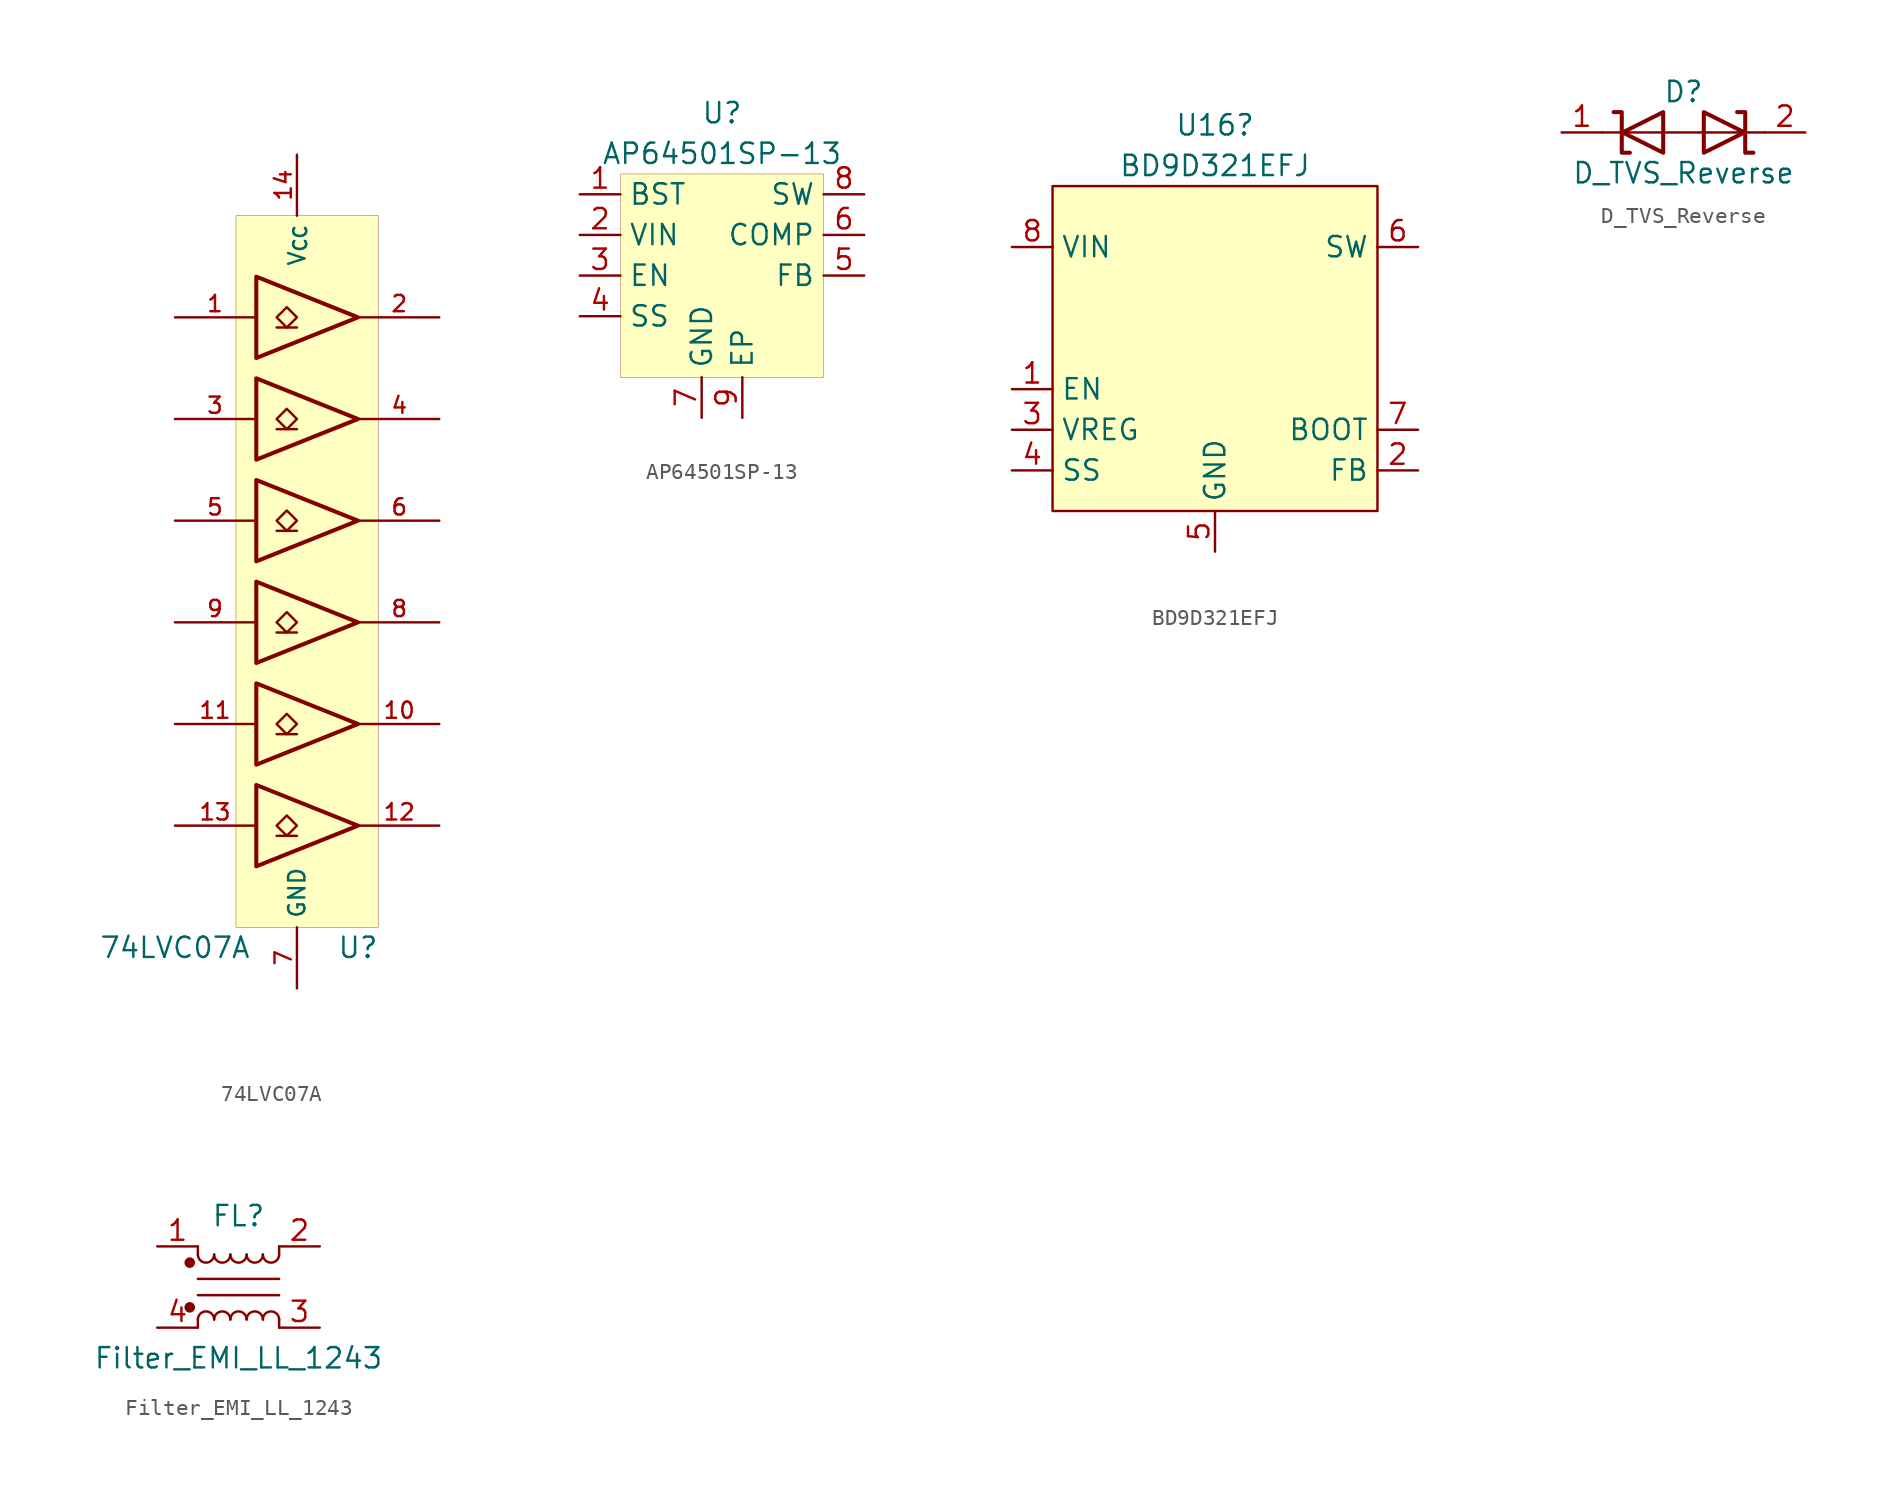
<source format=kicad_sym>
(kicad_symbol_lib
  (version 20231120)
  (generator "kicad_symbol_editor")
  (generator_version "8.0")
  (symbol "74LVC07A"
    (property "Reference" "U"
      (at 3.81 -24.13 0)
      (effects (font (size 1.27 1.27))))
    (property "Value" "74LVC07A"
      (at -7.62 -24.13 0)
      (effects (font (size 1.27 1.27))))
    (symbol "74LVC07A_0_1"
      (rectangle (start -3.81 21.59) (end 5.08 -22.86) (stroke (width 0.001) (type default)) (fill (type background)))
      (polyline (pts (xy -1.27 -17.145) (xy 0 -17.145)) (stroke (width 0) (type default)) (fill (type none)))
      (polyline (pts (xy -1.27 -10.795) (xy 0 -10.795)) (stroke (width 0) (type default)) (fill (type none)))
      (polyline (pts (xy -1.27 -4.445) (xy 0 -4.445)) (stroke (width 0) (type default)) (fill (type none)))
      (polyline (pts (xy -1.27 1.905) (xy 0 1.905)) (stroke (width 0) (type default)) (fill (type none)))
      (polyline (pts (xy -1.27 8.255) (xy 0 8.255)) (stroke (width 0) (type default)) (fill (type none)))
      (polyline (pts (xy -1.27 14.605) (xy 0 14.605)) (stroke (width 0) (type default)) (fill (type none)))
      (polyline (pts (xy -2.54 -13.97) (xy -2.54 -19.05) (xy 3.81 -16.51) (xy -2.54 -13.97)) (stroke (width 0.254) (type default)) (fill (type none)))
      (polyline (pts (xy -2.54 -7.62) (xy -2.54 -12.7) (xy 3.81 -10.16) (xy -2.54 -7.62)) (stroke (width 0.254) (type default)) (fill (type none)))
      (polyline (pts (xy -2.54 -1.27) (xy -2.54 -6.35) (xy 3.81 -3.81) (xy -2.54 -1.27)) (stroke (width 0.254) (type default)) (fill (type none)))
      (polyline (pts (xy -2.54 5.08) (xy -2.54 0) (xy 3.81 2.54) (xy -2.54 5.08)) (stroke (width 0.254) (type default)) (fill (type none)))
      (polyline (pts (xy -2.54 11.43) (xy -2.54 6.35) (xy 3.81 8.89) (xy -2.54 11.43)) (stroke (width 0.254) (type default)) (fill (type none)))
      (polyline (pts (xy -2.54 17.78) (xy -2.54 12.7) (xy 3.81 15.24) (xy -2.54 17.78)) (stroke (width 0.254) (type default)) (fill (type none)))
      (polyline (pts (xy -0.635 -15.875) (xy -1.27 -16.51) (xy -0.635 -17.145) (xy 0 -16.51) (xy -0.635 -15.875)) (stroke (width 0) (type default)) (fill (type none)))
      (polyline (pts (xy -0.635 -9.525) (xy -1.27 -10.16) (xy -0.635 -10.795) (xy 0 -10.16) (xy -0.635 -9.525)) (stroke (width 0) (type default)) (fill (type none)))
      (polyline (pts (xy -0.635 -3.175) (xy -1.27 -3.81) (xy -0.635 -4.445) (xy 0 -3.81) (xy -0.635 -3.175)) (stroke (width 0) (type default)) (fill (type none)))
      (polyline (pts (xy -0.635 3.175) (xy -1.27 2.54) (xy -0.635 1.905) (xy 0 2.54) (xy -0.635 3.175)) (stroke (width 0) (type default)) (fill (type none)))
      (polyline (pts (xy -0.635 9.525) (xy -1.27 8.89) (xy -0.635 8.255) (xy 0 8.89) (xy -0.635 9.525)) (stroke (width 0) (type default)) (fill (type none)))
      (polyline (pts (xy -0.635 15.875) (xy -1.27 15.24) (xy -0.635 14.605) (xy 0 15.24) (xy -0.635 15.875)) (stroke (width 0) (type default)) (fill (type none))))
    (symbol "74LVC07A_1_1"
      (pin input line (at -7.62 15.24 0) (length 5) (name "~" (effects (font (size 1.016 1.016)))) (number "1" (effects (font (size 1.016 1.016)))))
      (pin open_collector line (at 8.89 -10.16 180) (length 5) (name "~" (effects (font (size 1.016 1.016)))) (number "10" (effects (font (size 1.016 1.016)))))
      (pin input line (at -7.62 -10.16 0) (length 5) (name "~" (effects (font (size 1.016 1.016)))) (number "11" (effects (font (size 1.016 1.016)))))
      (pin open_collector line (at 8.89 -16.51 180) (length 5) (name "~" (effects (font (size 1.016 1.016)))) (number "12" (effects (font (size 1.016 1.016)))))
      (pin input line (at -7.62 -16.51 0) (length 5) (name "~" (effects (font (size 1.016 1.016)))) (number "13" (effects (font (size 1.016 1.016)))))
      (pin power_in line (at 0 25.4 270) (length 3.81) (name "V_{CC}" (effects (font (size 1.016 1.016)))) (number "14" (effects (font (size 1.016 1.016)))))
      (pin open_collector line (at 8.89 15.24 180) (length 5) (name "~" (effects (font (size 1.016 1.016)))) (number "2" (effects (font (size 1.016 1.016)))))
      (pin input line (at -7.62 8.89 0) (length 5) (name "~" (effects (font (size 1.016 1.016)))) (number "3" (effects (font (size 1.016 1.016)))))
      (pin open_collector line (at 8.89 8.89 180) (length 5) (name "~" (effects (font (size 1.016 1.016)))) (number "4" (effects (font (size 1.016 1.016)))))
      (pin input line (at -7.62 2.54 0) (length 5) (name "~" (effects (font (size 1.016 1.016)))) (number "5" (effects (font (size 1.016 1.016)))))
      (pin open_collector line (at 8.89 2.54 180) (length 5) (name "~" (effects (font (size 1.016 1.016)))) (number "6" (effects (font (size 1.016 1.016)))))
      (pin power_in line (at 0 -26.67 90) (length 3.81) (name "GND" (effects (font (size 1.016 1.016)))) (number "7" (effects (font (size 1.016 1.016)))))
      (pin open_collector line (at 8.89 -3.81 180) (length 5) (name "~" (effects (font (size 1.016 1.016)))) (number "8" (effects (font (size 1.016 1.016)))))
      (pin input line (at -7.62 -3.81 0) (length 5) (name "~" (effects (font (size 1.016 1.016)))) (number "9" (effects (font (size 1.016 1.016)))))))
  (symbol "AP64501SP-13"
    (property "Reference" "U"
      (at 0 10.16 0)
      (effects (font (size 1.27 1.27))))
    (property "Value" "AP64501SP-13"
      (at 0 7.62 0)
      (effects (font (size 1.27 1.27))))
    (symbol "AP64501SP-13_0_1"
      (rectangle (start -6.35 6.35) (end 6.35 -6.35) (stroke (width 0.001) (type default)) (fill (type background))))
    (symbol "AP64501SP-13_1_1"
      (pin passive line (at -8.89 5.08 0) (length 2.54) (name "BST" (effects (font (size 1.27 1.27)))) (number "1" (effects (font (size 1.27 1.27)))))
      (pin power_in line (at -8.89 2.54 0) (length 2.54) (name "VIN" (effects (font (size 1.27 1.27)))) (number "2" (effects (font (size 1.27 1.27)))))
      (pin input line (at -8.89 0 0) (length 2.54) (name "EN" (effects (font (size 1.27 1.27)))) (number "3" (effects (font (size 1.27 1.27)))))
      (pin input line (at -8.89 -2.54 0) (length 2.54) (name "SS" (effects (font (size 1.27 1.27)))) (number "4" (effects (font (size 1.27 1.27)))))
      (pin input line (at 8.89 0 180) (length 2.54) (name "FB" (effects (font (size 1.27 1.27)))) (number "5" (effects (font (size 1.27 1.27)))))
      (pin input line (at 8.89 2.54 180) (length 2.54) (name "COMP" (effects (font (size 1.27 1.27)))) (number "6" (effects (font (size 1.27 1.27)))))
      (pin input line (at -1.27 -8.89 90) (length 2.54) (name "GND" (effects (font (size 1.27 1.27)))) (number "7" (effects (font (size 1.27 1.27)))))
      (pin input line (at 8.89 5.08 180) (length 2.54) (name "SW" (effects (font (size 1.27 1.27)))) (number "8" (effects (font (size 1.27 1.27)))))
      (pin input line (at 1.27 -8.89 90) (length 2.54) (name "EP" (effects (font (size 1.27 1.27)))) (number "9" (effects (font (size 1.27 1.27)))))))
  (symbol "BD9D321EFJ"
    (property "Reference" "U16"
      (at 0 13.97 0)
      (effects (font (size 1.27 1.27))))
    (property "Value" "BD9D321EFJ"
      (at 0 11.43 0)
      (effects (font (size 1.27 1.27))))
    (symbol "BD9D321EFJ_0_1"
      (rectangle (start -10.16 10.16) (end 10.16 -10.16) (stroke (width 0.152) (type default)) (fill (type background))))
    (symbol "BD9D321EFJ_1_1"
      (pin input line (at -12.7 -2.54 0) (length 2.54) (name "EN" (effects (font (size 1.27 1.27)))) (number "1" (effects (font (size 1.27 1.27)))))
      (pin passive line (at 12.7 -7.62 180) (length 2.54) (name "FB" (effects (font (size 1.27 1.27)))) (number "2" (effects (font (size 1.27 1.27)))))
      (pin power_out line (at -12.7 -5.08 0) (length 2.54) (name "VREG" (effects (font (size 1.27 1.27)))) (number "3" (effects (font (size 1.27 1.27)))))
      (pin input line (at -12.7 -7.62 0) (length 2.54) (name "SS" (effects (font (size 1.27 1.27)))) (number "4" (effects (font (size 1.27 1.27)))))
      (pin power_in line (at 0 -12.7 90) (length 2.54) (name "GND" (effects (font (size 1.27 1.27)))) (number "5" (effects (font (size 1.27 1.27)))))
      (pin power_out line (at 12.7 6.35 180) (length 2.54) (name "SW" (effects (font (size 1.27 1.27)))) (number "6" (effects (font (size 1.27 1.27)))))
      (pin input line (at 12.7 -5.08 180) (length 2.54) (name "BOOT" (effects (font (size 1.27 1.27)))) (number "7" (effects (font (size 1.27 1.27)))))
      (pin power_in line (at -12.7 6.35 0) (length 2.54) (name "VIN" (effects (font (size 1.27 1.27)))) (number "8" (effects (font (size 1.27 1.27)))))
      (pin passive line (at 0 -12.7 90) (length 2.54) hide (name "GND" (effects (font (size 1.27 1.27)))) (number "9" (effects (font (size 1.27 1.27)))))))
  (symbol "D_TVS_Reverse"
    (pin_names
      (offset 1.016) hide)
    (property "Reference" "D"
      (at 0 2.54 0)
      (effects (font (size 1.27 1.27))))
    (property "Value" "D_TVS_Reverse"
      (at 0 -2.54 0)
      (effects (font (size 1.27 1.27))))
    (symbol "D_TVS_Reverse_0_1"
      (polyline (pts (xy 5.08 0) (xy -5.08 0)) (stroke (width 0) (type default)) (fill (type none)))
      (polyline (pts (xy -4.369 1.27) (xy -3.861 1.27) (xy -3.861 -1.27) (xy -3.353 -1.27)) (stroke (width 0.254) (type default)) (fill (type none)))
      (polyline (pts (xy -3.81 0) (xy -1.27 1.27) (xy -1.27 -1.27) (xy -3.81 0)) (stroke (width 0.254) (type default)) (fill (type none)))
      (polyline (pts (xy 3.81 0) (xy 1.27 -1.27) (xy 1.27 1.27) (xy 3.81 0)) (stroke (width 0.254) (type default)) (fill (type none)))
      (polyline (pts (xy 4.369 -1.27) (xy 3.861 -1.27) (xy 3.861 1.27) (xy 3.353 1.27)) (stroke (width 0.254) (type default)) (fill (type none))))
    (symbol "D_TVS_Reverse_1_1"
      (pin passive line (at -7.62 0 0) (length 2.54) (name "A1" (effects (font (size 1.27 1.27)))) (number "1" (effects (font (size 1.27 1.27)))))
      (pin passive line (at 7.62 0 180) (length 2.54) (name "A2" (effects (font (size 1.27 1.27)))) (number "2" (effects (font (size 1.27 1.27)))))))
  (symbol "Filter_EMI_LL_1243"
    (pin_names hide)
    (property "Reference" "FL"
      (at 0 4.445 0)
      (effects (font (size 1.27 1.27))))
    (property "Value" "Filter_EMI_LL_1243"
      (at 0 -4.445 0)
      (effects (font (size 1.27 1.27))))
    (symbol "Filter_EMI_LL_1243_0_1"
      (circle (center -3.048 -1.27) (radius 0.254) (stroke (width 0) (type default)) (fill (type outline)))
      (circle (center -3.048 1.524) (radius 0.254) (stroke (width 0) (type default)) (fill (type outline)))
      (arc (start -2.54 2.032) (mid -2.032 1.5262) (end -1.524 2.032) (stroke (width 0) (type default)) (fill (type none)))
      (arc (start -1.524 -2.032) (mid -2.032 -1.5262) (end -2.54 -2.032) (stroke (width 0) (type default)) (fill (type none)))
      (arc (start -1.524 2.032) (mid -1.016 1.5262) (end -0.508 2.032) (stroke (width 0) (type default)) (fill (type none)))
      (arc (start -0.508 -2.032) (mid -1.016 -1.5262) (end -1.524 -2.032) (stroke (width 0) (type default)) (fill (type none)))
      (arc (start -0.508 2.032) (mid 0 1.5262) (end 0.508 2.032) (stroke (width 0) (type default)) (fill (type none)))
      (polyline (pts (xy -2.54 -2.032) (xy -2.54 -2.54)) (stroke (width 0) (type default)) (fill (type none)))
      (polyline (pts (xy -2.54 0.508) (xy 2.54 0.508)) (stroke (width 0) (type default)) (fill (type none)))
      (polyline (pts (xy -2.54 2.032) (xy -2.54 2.54)) (stroke (width 0) (type default)) (fill (type none)))
      (polyline (pts (xy 2.54 -2.032) (xy 2.54 -2.54)) (stroke (width 0) (type default)) (fill (type none)))
      (polyline (pts (xy 2.54 -0.508) (xy -2.54 -0.508)) (stroke (width 0) (type default)) (fill (type none)))
      (polyline (pts (xy 2.54 2.54) (xy 2.54 2.032)) (stroke (width 0) (type default)) (fill (type none)))
      (arc (start 0.508 -2.032) (mid 0 -1.5262) (end -0.508 -2.032) (stroke (width 0) (type default)) (fill (type none)))
      (arc (start 0.508 2.032) (mid 1.016 1.5262) (end 1.524 2.032) (stroke (width 0) (type default)) (fill (type none)))
      (arc (start 1.524 -2.032) (mid 1.016 -1.5262) (end 0.508 -2.032) (stroke (width 0) (type default)) (fill (type none)))
      (arc (start 1.524 2.032) (mid 2.032 1.5262) (end 2.54 2.032) (stroke (width 0) (type default)) (fill (type none)))
      (arc (start 2.54 -2.032) (mid 2.032 -1.5262) (end 1.524 -2.032) (stroke (width 0) (type default)) (fill (type none))))
    (symbol "Filter_EMI_LL_1243_1_1"
      (pin passive line (at -5.08 2.54 0) (length 2.54) (name "1" (effects (font (size 1.27 1.27)))) (number "1" (effects (font (size 1.27 1.27)))))
      (pin passive line (at 5.08 2.54 180) (length 2.54) (name "2" (effects (font (size 1.27 1.27)))) (number "2" (effects (font (size 1.27 1.27)))))
      (pin passive line (at 5.08 -2.54 180) (length 2.54) (name "3" (effects (font (size 1.27 1.27)))) (number "3" (effects (font (size 1.27 1.27)))))
      (pin passive line (at -5.08 -2.54 0) (length 2.54) (name "4" (effects (font (size 1.27 1.27)))) (number "4" (effects (font (size 1.27 1.27))))))))
</source>
